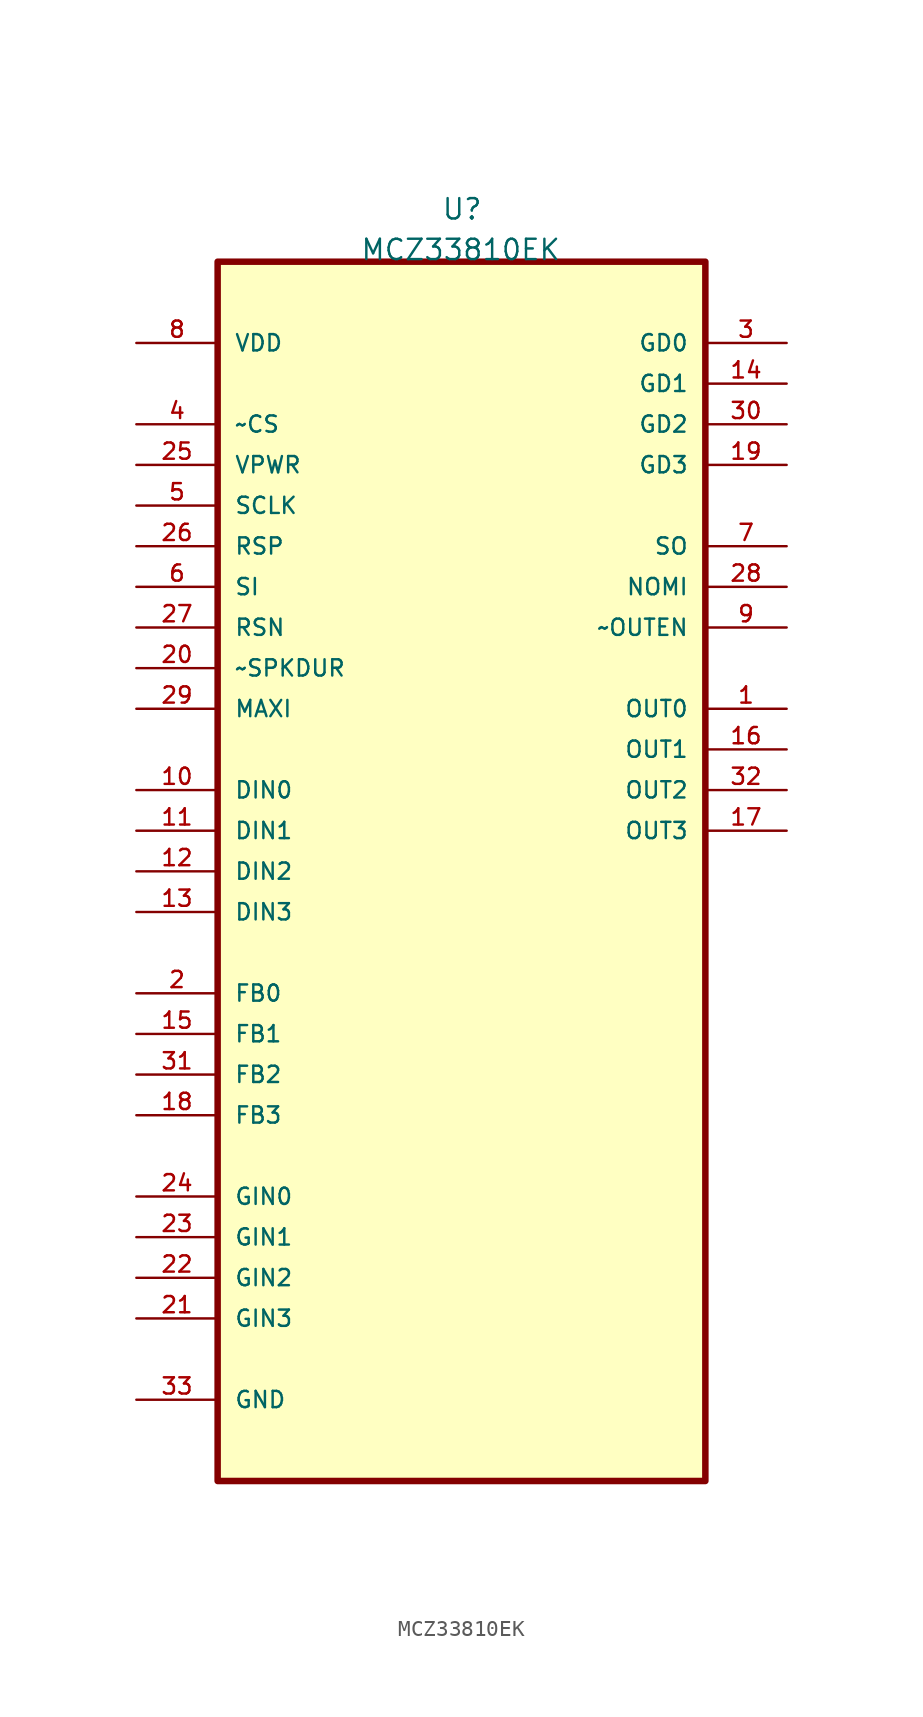
<source format=kicad_sym>
(kicad_symbol_lib
  (version 20220914)
  (generator kicad_symbol_editor)
  (symbol "MCZ33810EK"
    (pin_names
      (offset 1.016))
    (property "Reference" "U"
      (at -1.27 38.1 0)
      (effects (font (size 1.27 1.27)) (justify left bottom)))
    (property "Value" "MCZ33810EK"
      (at -6.35 35.56 0)
      (effects (font (size 1.27 1.27)) (justify left bottom)))
    (symbol "MCZ33810EK_0_0"
      (rectangle (start -15.24 -40.64) (end 15.24 35.56) (stroke (width 0.406) (type default)) (fill (type background)))
      (pin output line (at 20.32 7.62 180) (length 5.08) (name "OUT0" (effects (font (size 1.016 1.016)))) (number "1" (effects (font (size 1.016 1.016)))))
      (pin input line (at -20.32 2.54 0) (length 5.08) (name "DIN0" (effects (font (size 1.016 1.016)))) (number "10" (effects (font (size 1.016 1.016)))))
      (pin input line (at -20.32 0 0) (length 5.08) (name "DIN1" (effects (font (size 1.016 1.016)))) (number "11" (effects (font (size 1.016 1.016)))))
      (pin input line (at -20.32 -2.54 0) (length 5.08) (name "DIN2" (effects (font (size 1.016 1.016)))) (number "12" (effects (font (size 1.016 1.016)))))
      (pin input line (at -20.32 -5.08 0) (length 5.08) (name "DIN3" (effects (font (size 1.016 1.016)))) (number "13" (effects (font (size 1.016 1.016)))))
      (pin output line (at 20.32 27.94 180) (length 5.08) (name "GD1" (effects (font (size 1.016 1.016)))) (number "14" (effects (font (size 1.016 1.016)))))
      (pin input line (at -20.32 -12.7 0) (length 5.08) (name "FB1" (effects (font (size 1.016 1.016)))) (number "15" (effects (font (size 1.016 1.016)))))
      (pin output line (at 20.32 5.08 180) (length 5.08) (name "OUT1" (effects (font (size 1.016 1.016)))) (number "16" (effects (font (size 1.016 1.016)))))
      (pin output line (at 20.32 0 180) (length 5.08) (name "OUT3" (effects (font (size 1.016 1.016)))) (number "17" (effects (font (size 1.016 1.016)))))
      (pin input line (at -20.32 -17.78 0) (length 5.08) (name "FB3" (effects (font (size 1.016 1.016)))) (number "18" (effects (font (size 1.016 1.016)))))
      (pin output line (at 20.32 22.86 180) (length 5.08) (name "GD3" (effects (font (size 1.016 1.016)))) (number "19" (effects (font (size 1.016 1.016)))))
      (pin input line (at -20.32 -10.16 0) (length 5.08) (name "FB0" (effects (font (size 1.016 1.016)))) (number "2" (effects (font (size 1.016 1.016)))))
      (pin input line (at -20.32 10.16 0) (length 5.08) (name "~SPKDUR" (effects (font (size 1.016 1.016)))) (number "20" (effects (font (size 1.016 1.016)))))
      (pin input line (at -20.32 -30.48 0) (length 5.08) (name "GIN3" (effects (font (size 1.016 1.016)))) (number "21" (effects (font (size 1.016 1.016)))))
      (pin input line (at -20.32 -27.94 0) (length 5.08) (name "GIN2" (effects (font (size 1.016 1.016)))) (number "22" (effects (font (size 1.016 1.016)))))
      (pin input line (at -20.32 -25.4 0) (length 5.08) (name "GIN1" (effects (font (size 1.016 1.016)))) (number "23" (effects (font (size 1.016 1.016)))))
      (pin input line (at -20.32 -22.86 0) (length 5.08) (name "GIN0" (effects (font (size 1.016 1.016)))) (number "24" (effects (font (size 1.016 1.016)))))
      (pin input line (at -20.32 22.86 0) (length 5.08) (name "VPWR" (effects (font (size 1.016 1.016)))) (number "25" (effects (font (size 1.016 1.016)))))
      (pin input line (at -20.32 17.78 0) (length 5.08) (name "RSP" (effects (font (size 1.016 1.016)))) (number "26" (effects (font (size 1.016 1.016)))))
      (pin input line (at -20.32 12.7 0) (length 5.08) (name "RSN" (effects (font (size 1.016 1.016)))) (number "27" (effects (font (size 1.016 1.016)))))
      (pin output line (at 20.32 15.24 180) (length 5.08) (name "NOMI" (effects (font (size 1.016 1.016)))) (number "28" (effects (font (size 1.016 1.016)))))
      (pin input line (at -20.32 7.62 0) (length 5.08) (name "MAXI" (effects (font (size 1.016 1.016)))) (number "29" (effects (font (size 1.016 1.016)))))
      (pin output line (at 20.32 30.48 180) (length 5.08) (name "GD0" (effects (font (size 1.016 1.016)))) (number "3" (effects (font (size 1.016 1.016)))))
      (pin output line (at 20.32 25.4 180) (length 5.08) (name "GD2" (effects (font (size 1.016 1.016)))) (number "30" (effects (font (size 1.016 1.016)))))
      (pin input line (at -20.32 -15.24 0) (length 5.08) (name "FB2" (effects (font (size 1.016 1.016)))) (number "31" (effects (font (size 1.016 1.016)))))
      (pin output line (at 20.32 2.54 180) (length 5.08) (name "OUT2" (effects (font (size 1.016 1.016)))) (number "32" (effects (font (size 1.016 1.016)))))
      (pin passive line (at -20.32 -35.56 0) (length 5.08) (name "GND" (effects (font (size 1.016 1.016)))) (number "33" (effects (font (size 1.016 1.016)))))
      (pin input line (at -20.32 25.4 0) (length 5.08) (name "~CS" (effects (font (size 1.016 1.016)))) (number "4" (effects (font (size 1.016 1.016)))))
      (pin input line (at -20.32 20.32 0) (length 5.08) (name "SCLK" (effects (font (size 1.016 1.016)))) (number "5" (effects (font (size 1.016 1.016)))))
      (pin input line (at -20.32 15.24 0) (length 5.08) (name "SI" (effects (font (size 1.016 1.016)))) (number "6" (effects (font (size 1.016 1.016)))))
      (pin output line (at 20.32 17.78 180) (length 5.08) (name "SO" (effects (font (size 1.016 1.016)))) (number "7" (effects (font (size 1.016 1.016)))))
      (pin power_in line (at -20.32 30.48 0) (length 5.08) (name "VDD" (effects (font (size 1.016 1.016)))) (number "8" (effects (font (size 1.016 1.016)))))
      (pin output line (at 20.32 12.7 180) (length 5.08) (name "~OUTEN" (effects (font (size 1.016 1.016)))) (number "9" (effects (font (size 1.016 1.016))))))))
</source>
